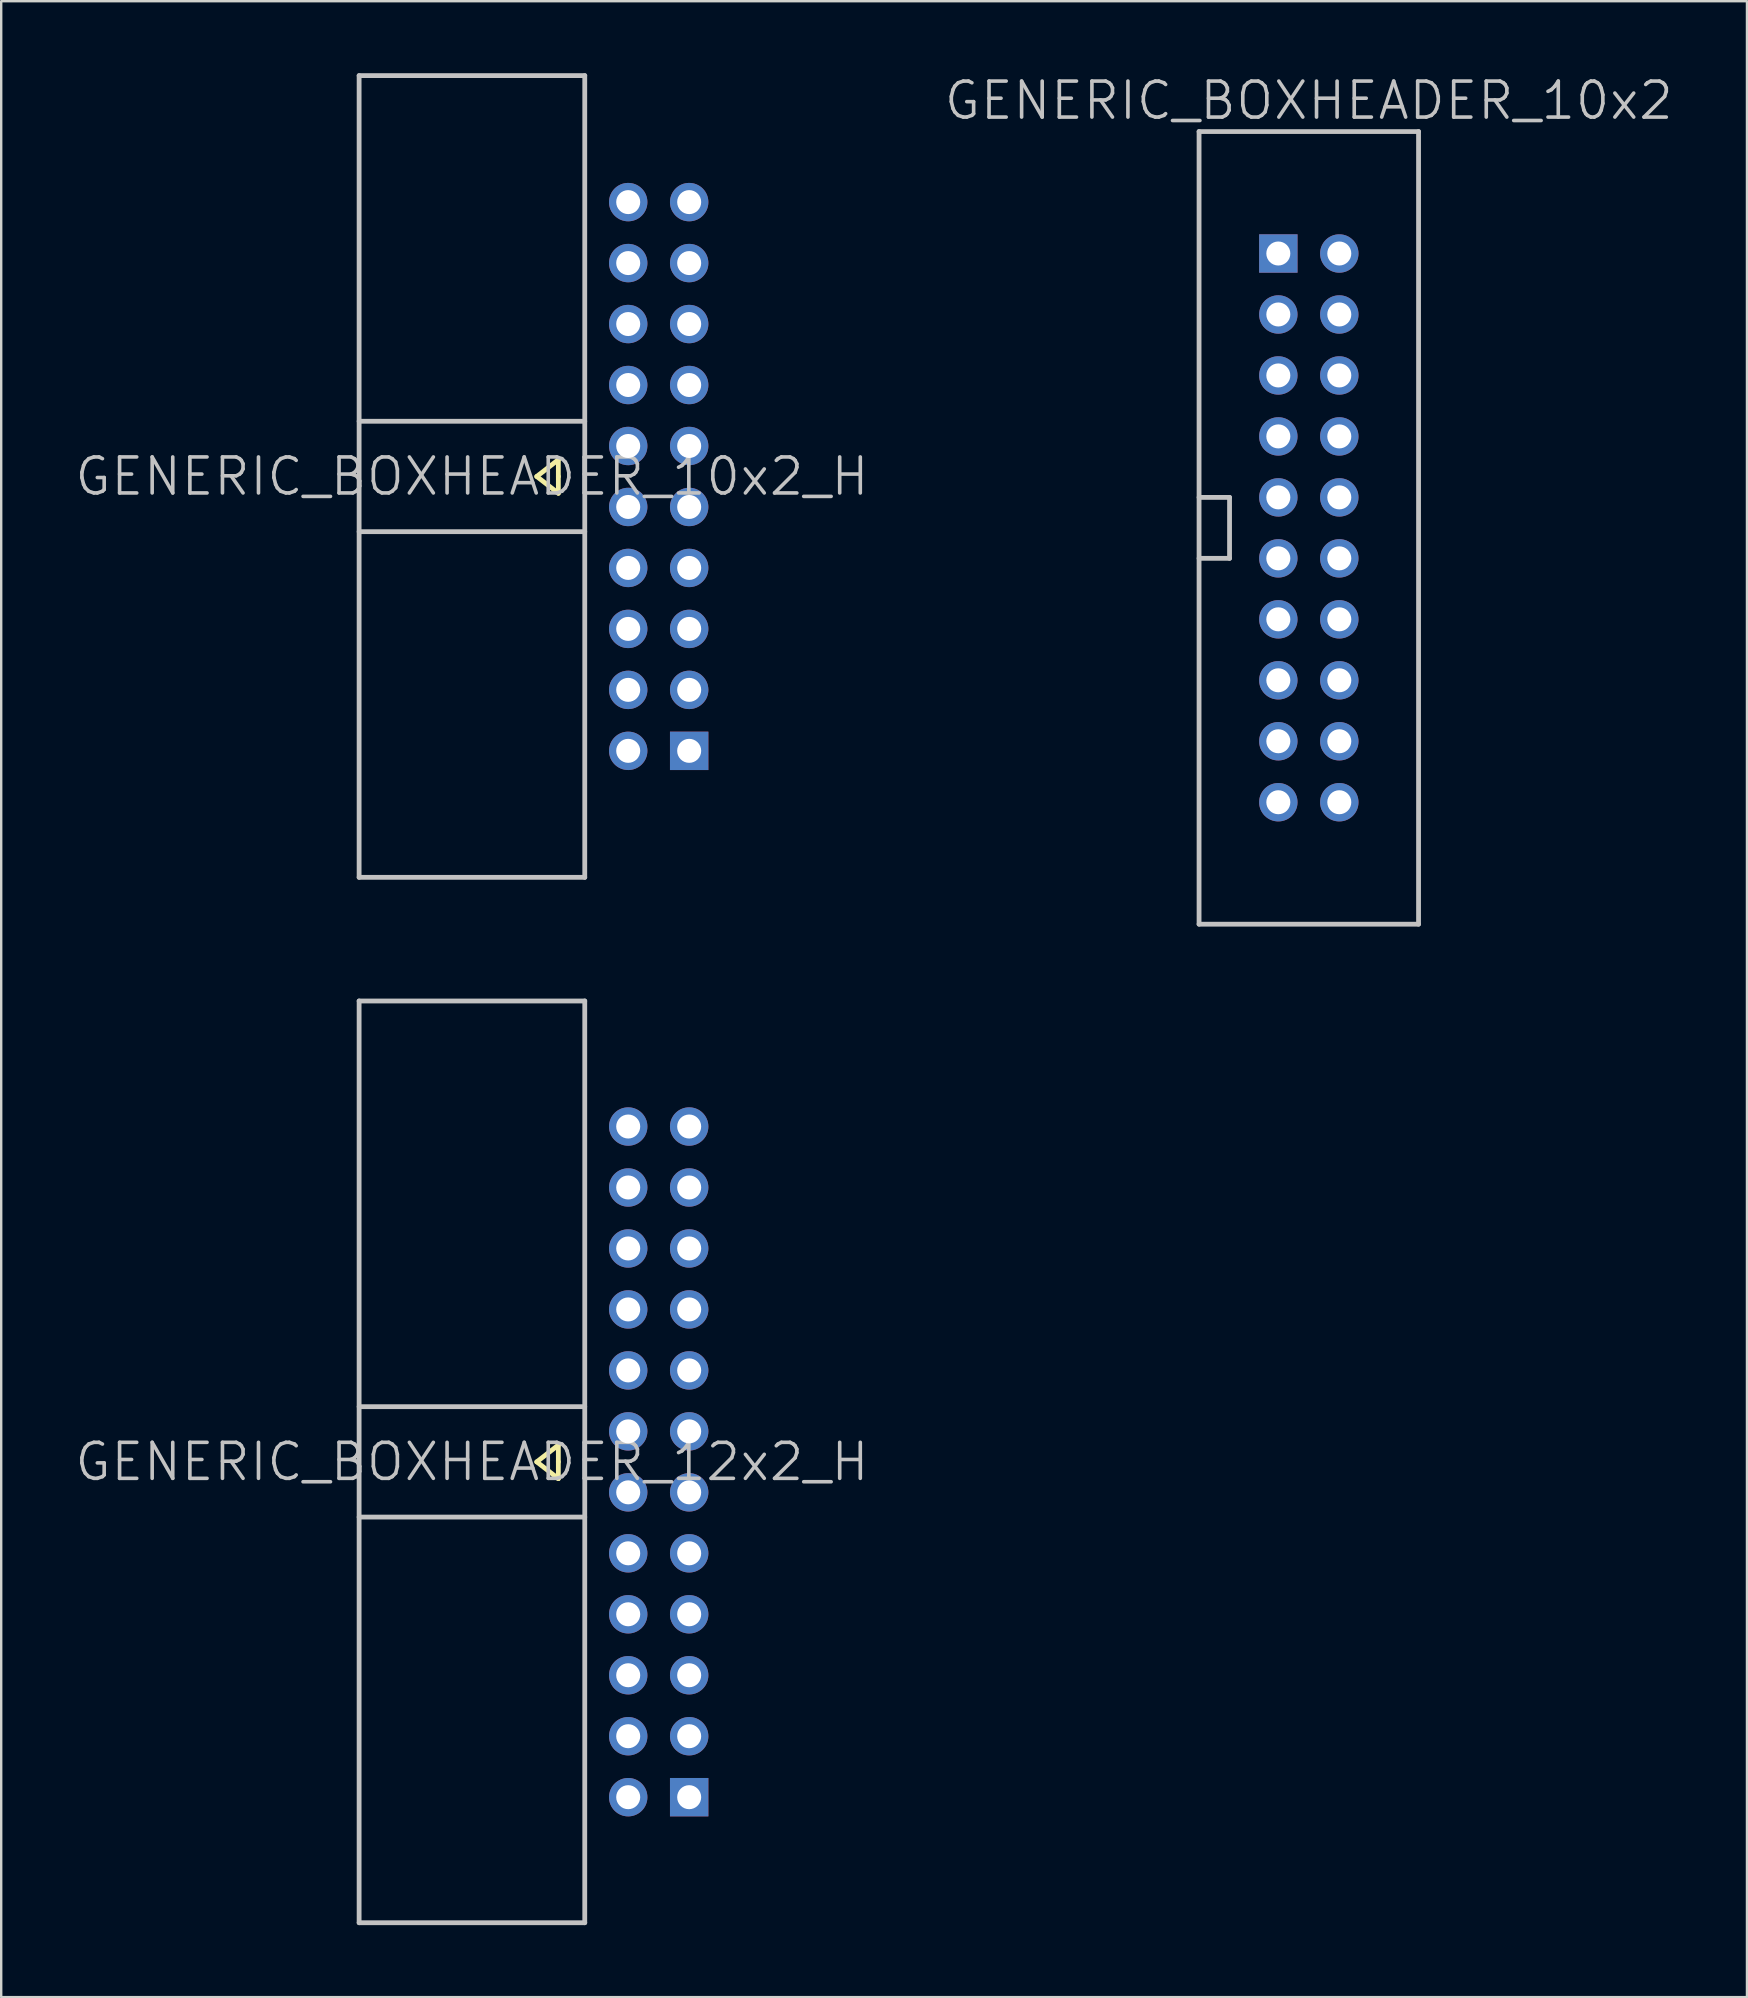
<source format=kicad_pcb>
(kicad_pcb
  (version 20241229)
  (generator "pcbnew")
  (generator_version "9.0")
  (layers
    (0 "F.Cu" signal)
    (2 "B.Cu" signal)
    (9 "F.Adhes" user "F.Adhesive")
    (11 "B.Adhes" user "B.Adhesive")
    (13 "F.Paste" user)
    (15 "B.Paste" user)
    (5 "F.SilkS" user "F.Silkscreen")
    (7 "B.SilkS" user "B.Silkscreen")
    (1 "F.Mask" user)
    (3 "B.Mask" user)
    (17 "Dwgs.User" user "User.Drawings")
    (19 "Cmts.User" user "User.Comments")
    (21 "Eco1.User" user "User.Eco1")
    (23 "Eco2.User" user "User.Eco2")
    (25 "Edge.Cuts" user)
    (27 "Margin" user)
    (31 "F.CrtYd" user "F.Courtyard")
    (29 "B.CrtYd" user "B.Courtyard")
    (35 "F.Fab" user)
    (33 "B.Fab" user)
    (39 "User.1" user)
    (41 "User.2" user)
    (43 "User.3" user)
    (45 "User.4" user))
  (footprint "GENERIC_BOXHEADER_10x2_H"
    (layer "F.Cu")
    (at 19.311 16.8)
    (property "Reference" "GENERIC_BOXHEADER_10x2_H" (at -2.7 0 180) (layer "Dwgs.User") (effects (font (size 1.5 1.5) (thickness 0.15))))
    (attr through_hole)
    (fp_line (start 0 0) (end 0.9 0.7) (stroke (width 0.2) (type solid)) (layer "F.SilkS"))
    (fp_line (start 0.9 -0.7) (end 0 0) (stroke (width 0.2) (type solid)) (layer "F.SilkS"))
    (fp_line (start 0.9 0) (end 0.9 -0.7) (stroke (width 0.2) (type solid)) (layer "F.SilkS"))
    (fp_line (start 0.9 0.7) (end 0.9 0) (stroke (width 0.2) (type solid)) (layer "F.SilkS"))
    (fp_line (start -7.4 -16.7) (end -7.4 16.7) (stroke (width 0.2) (type solid)) (layer "Dwgs.User"))
    (fp_line (start -7.4 -16.7) (end 2 -16.7) (stroke (width 0.2) (type solid)) (layer "Dwgs.User"))
    (fp_line (start -7.4 -2.3) (end 2 -2.3) (stroke (width 0.2) (type solid)) (layer "Dwgs.User"))
    (fp_line (start -7.4 2.3) (end 2 2.3) (stroke (width 0.2) (type solid)) (layer "Dwgs.User"))
    (fp_line (start -7.4 16.7) (end 2 16.7) (stroke (width 0.2) (type solid)) (layer "Dwgs.User"))
    (fp_line (start 2 16.7) (end 2 -16.7) (stroke (width 0.2) (type solid)) (layer "Dwgs.User"))
    (pad "1" thru_hole rect (at 6.35 11.43) (size 1.6 1.6) (drill 1) (layers "*.Cu" "*.Mask"))
    (pad "2" thru_hole circle (at 3.81 11.43 90) (size 1.6 1.6) (drill 1) (layers "*.Cu" "*.Mask"))
    (pad "3" thru_hole circle (at 6.35 8.89 90) (size 1.6 1.6) (drill 1) (layers "*.Cu" "*.Mask"))
    (pad "4" thru_hole circle (at 3.81 8.89 90) (size 1.6 1.6) (drill 1) (layers "*.Cu" "*.Mask"))
    (pad "5" thru_hole circle (at 6.35 6.35 90) (size 1.6 1.6) (drill 1) (layers "*.Cu" "*.Mask"))
    (pad "6" thru_hole circle (at 3.81 6.35 90) (size 1.6 1.6) (drill 1) (layers "*.Cu" "*.Mask"))
    (pad "7" thru_hole circle (at 6.35 3.81 90) (size 1.6 1.6) (drill 1) (layers "*.Cu" "*.Mask"))
    (pad "8" thru_hole circle (at 3.81 3.81 90) (size 1.6 1.6) (drill 1) (layers "*.Cu" "*.Mask"))
    (pad "9" thru_hole circle (at 6.35 1.27 90) (size 1.6 1.6) (drill 1) (layers "*.Cu" "*.Mask"))
    (pad "10" thru_hole circle (at 3.81 1.27 90) (size 1.6 1.6) (drill 1) (layers "*.Cu" "*.Mask"))
    (pad "11" thru_hole circle (at 6.35 -1.27 90) (size 1.6 1.6) (drill 1) (layers "*.Cu" "*.Mask"))
    (pad "12" thru_hole circle (at 3.81 -1.27 90) (size 1.6 1.6) (drill 1) (layers "*.Cu" "*.Mask"))
    (pad "13" thru_hole circle (at 6.35 -3.81 90) (size 1.6 1.6) (drill 1) (layers "*.Cu" "*.Mask"))
    (pad "14" thru_hole circle (at 3.81 -3.81 90) (size 1.6 1.6) (drill 1) (layers "*.Cu" "*.Mask"))
    (pad "15" thru_hole circle (at 6.35 -6.35 90) (size 1.6 1.6) (drill 1) (layers "*.Cu" "*.Mask"))
    (pad "16" thru_hole circle (at 3.81 -6.35 90) (size 1.6 1.6) (drill 1) (layers "*.Cu" "*.Mask"))
    (pad "17" thru_hole circle (at 6.35 -8.89 90) (size 1.6 1.6) (drill 1) (layers "*.Cu" "*.Mask"))
    (pad "18" thru_hole circle (at 3.81 -8.89 90) (size 1.6 1.6) (drill 1) (layers "*.Cu" "*.Mask"))
    (pad "19" thru_hole circle (at 6.35 -11.43 90) (size 1.6 1.6) (drill 1) (layers "*.Cu" "*.Mask"))
    (pad "20" thru_hole circle (at 3.81 -11.43 90) (size 1.6 1.6) (drill 1) (layers "*.Cu" "*.Mask")))
  (footprint "GENERIC_BOXHEADER_10x2"
    (layer "F.Cu")
    (at 51.475 18.941)
    (property "Reference" "GENERIC_BOXHEADER_10x2" (at 0 -17.8 180) (layer "Dwgs.User") (effects (font (size 1.5 1.5) (thickness 0.15))))
    (attr through_hole)
    (fp_line (start -4.572 1.27) (end -3.302 1.27) (stroke (width 0.2) (type solid)) (layer "Dwgs.User"))
    (fp_line (start -4.572 16.51) (end -4.572 -16.51) (stroke (width 0.2) (type solid)) (layer "Dwgs.User"))
    (fp_line (start -3.302 -1.27) (end -4.572 -1.27) (stroke (width 0.2) (type solid)) (layer "Dwgs.User"))
    (fp_line (start -3.302 1.27) (end -3.302 -1.27) (stroke (width 0.2) (type solid)) (layer "Dwgs.User"))
    (fp_line (start 4.572 -16.51) (end -4.572 -16.51) (stroke (width 0.2) (type solid)) (layer "Dwgs.User"))
    (fp_line (start 4.572 -16.51) (end 4.572 16.51) (stroke (width 0.2) (type solid)) (layer "Dwgs.User"))
    (fp_line (start 4.572 16.51) (end -4.572 16.51) (stroke (width 0.2) (type solid)) (layer "Dwgs.User"))
    (pad "A1" thru_hole rect (at -1.27 -11.43) (size 1.6 1.6) (drill 1) (layers "*.Cu" "*.Mask"))
    (pad "A2" thru_hole circle (at -1.27 -8.89 270) (size 1.6 1.6) (drill 1) (layers "*.Cu" "*.Mask"))
    (pad "A3" thru_hole circle (at -1.27 -6.35 270) (size 1.6 1.6) (drill 1) (layers "*.Cu" "*.Mask"))
    (pad "A4" thru_hole circle (at -1.27 -3.81 270) (size 1.6 1.6) (drill 1) (layers "*.Cu" "*.Mask"))
    (pad "A5" thru_hole circle (at -1.27 -1.27 270) (size 1.6 1.6) (drill 1) (layers "*.Cu" "*.Mask"))
    (pad "A6" thru_hole circle (at -1.27 1.27 270) (size 1.6 1.6) (drill 1) (layers "*.Cu" "*.Mask"))
    (pad "A7" thru_hole circle (at -1.27 3.81 270) (size 1.6 1.6) (drill 1) (layers "*.Cu" "*.Mask"))
    (pad "A8" thru_hole circle (at -1.27 6.35 270) (size 1.6 1.6) (drill 1) (layers "*.Cu" "*.Mask"))
    (pad "A9" thru_hole circle (at -1.27 8.89 270) (size 1.6 1.6) (drill 1) (layers "*.Cu" "*.Mask"))
    (pad "A10" thru_hole circle (at -1.27 11.43 270) (size 1.6 1.6) (drill 1) (layers "*.Cu" "*.Mask"))
    (pad "B1" thru_hole circle (at 1.27 -11.43 270) (size 1.6 1.6) (drill 1) (layers "*.Cu" "*.Mask"))
    (pad "B2" thru_hole circle (at 1.27 -8.89 270) (size 1.6 1.6) (drill 1) (layers "*.Cu" "*.Mask"))
    (pad "B3" thru_hole circle (at 1.27 -6.35 270) (size 1.6 1.6) (drill 1) (layers "*.Cu" "*.Mask"))
    (pad "B4" thru_hole circle (at 1.27 -3.81 270) (size 1.6 1.6) (drill 1) (layers "*.Cu" "*.Mask"))
    (pad "B5" thru_hole circle (at 1.27 -1.27 270) (size 1.6 1.6) (drill 1) (layers "*.Cu" "*.Mask"))
    (pad "B6" thru_hole circle (at 1.27 1.27 270) (size 1.6 1.6) (drill 1) (layers "*.Cu" "*.Mask"))
    (pad "B7" thru_hole circle (at 1.27 3.81 270) (size 1.6 1.6) (drill 1) (layers "*.Cu" "*.Mask"))
    (pad "B8" thru_hole circle (at 1.27 6.35 270) (size 1.6 1.6) (drill 1) (layers "*.Cu" "*.Mask"))
    (pad "B9" thru_hole circle (at 1.27 8.89 270) (size 1.6 1.6) (drill 1) (layers "*.Cu" "*.Mask"))
    (pad "B10" thru_hole circle (at 1.27 11.43 270) (size 1.6 1.6) (drill 1) (layers "*.Cu" "*.Mask")))
  (footprint "GENERIC_BOXHEADER_12x2_H"
    (layer "F.Cu")
    (at 19.311 57.851)
    (property "Reference" "GENERIC_BOXHEADER_12x2_H" (at -2.7 0 180) (layer "Dwgs.User") (effects (font (size 1.5 1.5) (thickness 0.15))))
    (attr through_hole)
    (fp_line (start 0 0) (end 0.9 0.7) (stroke (width 0.2) (type solid)) (layer "F.SilkS"))
    (fp_line (start 0.9 -0.7) (end 0 0) (stroke (width 0.2) (type solid)) (layer "F.SilkS"))
    (fp_line (start 0.9 0) (end 0.9 -0.7) (stroke (width 0.2) (type solid)) (layer "F.SilkS"))
    (fp_line (start 0.9 0.7) (end 0.9 0) (stroke (width 0.2) (type solid)) (layer "F.SilkS"))
    (fp_line (start -7.4 -19.2) (end -7.4 19.2) (stroke (width 0.2) (type solid)) (layer "Dwgs.User"))
    (fp_line (start -7.4 -19.2) (end 2 -19.2) (stroke (width 0.2) (type solid)) (layer "Dwgs.User"))
    (fp_line (start -7.4 -2.3) (end 2 -2.3) (stroke (width 0.2) (type solid)) (layer "Dwgs.User"))
    (fp_line (start -7.4 2.3) (end 2 2.3) (stroke (width 0.2) (type solid)) (layer "Dwgs.User"))
    (fp_line (start -7.4 19.2) (end 2 19.2) (stroke (width 0.2) (type solid)) (layer "Dwgs.User"))
    (fp_line (start 2 19.2) (end 2 -19.2) (stroke (width 0.2) (type solid)) (layer "Dwgs.User"))
    (pad "1" thru_hole rect (at 6.35 13.97) (size 1.6 1.6) (drill 1) (layers "*.Cu" "*.Mask"))
    (pad "2" thru_hole circle (at 3.81 13.97 90) (size 1.6 1.6) (drill 1) (layers "*.Cu" "*.Mask"))
    (pad "3" thru_hole circle (at 6.35 11.43 90) (size 1.6 1.6) (drill 1) (layers "*.Cu" "*.Mask"))
    (pad "4" thru_hole circle (at 3.81 11.43 90) (size 1.6 1.6) (drill 1) (layers "*.Cu" "*.Mask"))
    (pad "5" thru_hole circle (at 6.35 8.89 90) (size 1.6 1.6) (drill 1) (layers "*.Cu" "*.Mask"))
    (pad "6" thru_hole circle (at 3.81 8.89 90) (size 1.6 1.6) (drill 1) (layers "*.Cu" "*.Mask"))
    (pad "7" thru_hole circle (at 6.35 6.35 90) (size 1.6 1.6) (drill 1) (layers "*.Cu" "*.Mask"))
    (pad "8" thru_hole circle (at 3.81 6.35 90) (size 1.6 1.6) (drill 1) (layers "*.Cu" "*.Mask"))
    (pad "9" thru_hole circle (at 6.35 3.81 90) (size 1.6 1.6) (drill 1) (layers "*.Cu" "*.Mask"))
    (pad "10" thru_hole circle (at 3.81 3.81 90) (size 1.6 1.6) (drill 1) (layers "*.Cu" "*.Mask"))
    (pad "11" thru_hole circle (at 6.35 1.27 90) (size 1.6 1.6) (drill 1) (layers "*.Cu" "*.Mask"))
    (pad "12" thru_hole circle (at 3.81 1.27 90) (size 1.6 1.6) (drill 1) (layers "*.Cu" "*.Mask"))
    (pad "13" thru_hole circle (at 6.35 -1.27 90) (size 1.6 1.6) (drill 1) (layers "*.Cu" "*.Mask"))
    (pad "14" thru_hole circle (at 3.81 -1.27 90) (size 1.6 1.6) (drill 1) (layers "*.Cu" "*.Mask"))
    (pad "15" thru_hole circle (at 6.35 -3.81 90) (size 1.6 1.6) (drill 1) (layers "*.Cu" "*.Mask"))
    (pad "16" thru_hole circle (at 3.81 -3.81 90) (size 1.6 1.6) (drill 1) (layers "*.Cu" "*.Mask"))
    (pad "17" thru_hole circle (at 6.35 -6.35 90) (size 1.6 1.6) (drill 1) (layers "*.Cu" "*.Mask"))
    (pad "18" thru_hole circle (at 3.81 -6.35 90) (size 1.6 1.6) (drill 1) (layers "*.Cu" "*.Mask"))
    (pad "19" thru_hole circle (at 6.35 -8.89 90) (size 1.6 1.6) (drill 1) (layers "*.Cu" "*.Mask"))
    (pad "20" thru_hole circle (at 3.81 -8.89 90) (size 1.6 1.6) (drill 1) (layers "*.Cu" "*.Mask"))
    (pad "21" thru_hole circle (at 6.35 -11.43 90) (size 1.6 1.6) (drill 1) (layers "*.Cu" "*.Mask"))
    (pad "22" thru_hole circle (at 3.81 -11.43 90) (size 1.6 1.6) (drill 1) (layers "*.Cu" "*.Mask"))
    (pad "23" thru_hole circle (at 6.35 -13.97 90) (size 1.6 1.6) (drill 1) (layers "*.Cu" "*.Mask"))
    (pad "24" thru_hole circle (at 3.81 -13.97 90) (size 1.6 1.6) (drill 1) (layers "*.Cu" "*.Mask")))
  (gr_rect
    (start -3 -3)
    (end 69.729 80.151)
    (stroke (width 0.1) (type default))
    (fill no)
    (layer "Edge.Cuts")))
</source>
